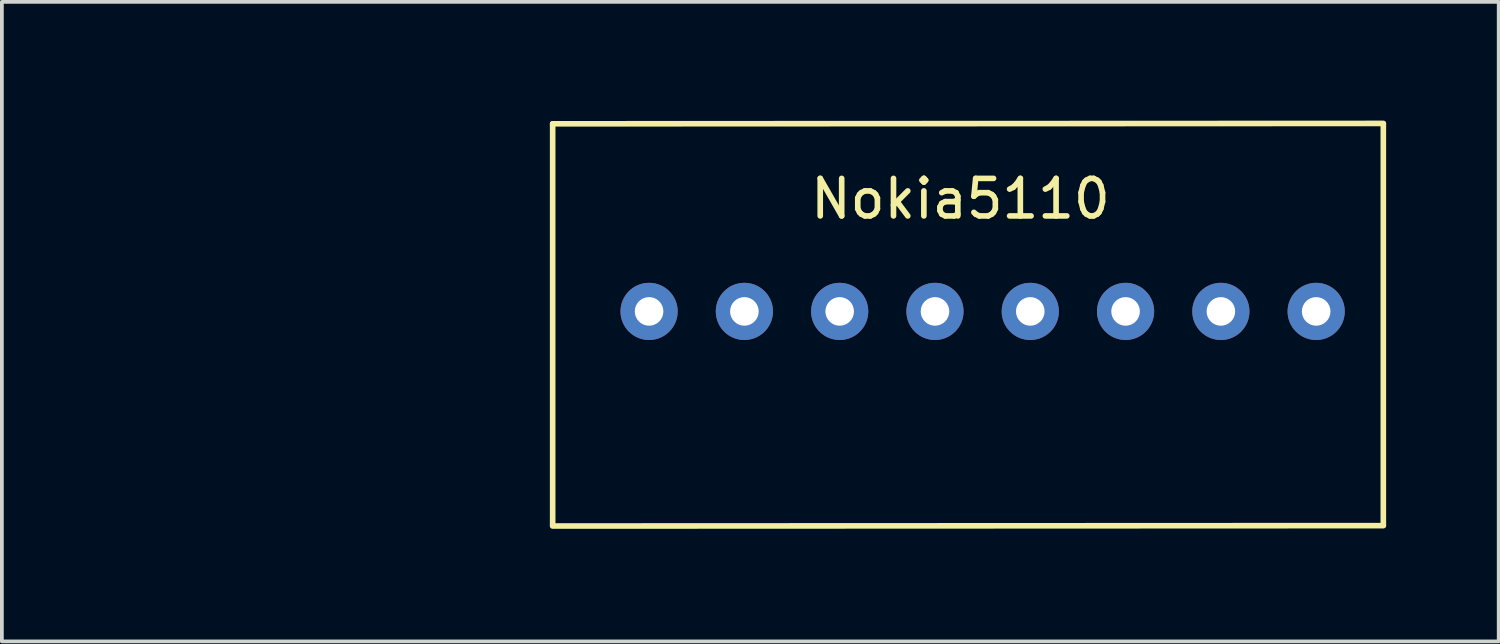
<source format=kicad_pcb>
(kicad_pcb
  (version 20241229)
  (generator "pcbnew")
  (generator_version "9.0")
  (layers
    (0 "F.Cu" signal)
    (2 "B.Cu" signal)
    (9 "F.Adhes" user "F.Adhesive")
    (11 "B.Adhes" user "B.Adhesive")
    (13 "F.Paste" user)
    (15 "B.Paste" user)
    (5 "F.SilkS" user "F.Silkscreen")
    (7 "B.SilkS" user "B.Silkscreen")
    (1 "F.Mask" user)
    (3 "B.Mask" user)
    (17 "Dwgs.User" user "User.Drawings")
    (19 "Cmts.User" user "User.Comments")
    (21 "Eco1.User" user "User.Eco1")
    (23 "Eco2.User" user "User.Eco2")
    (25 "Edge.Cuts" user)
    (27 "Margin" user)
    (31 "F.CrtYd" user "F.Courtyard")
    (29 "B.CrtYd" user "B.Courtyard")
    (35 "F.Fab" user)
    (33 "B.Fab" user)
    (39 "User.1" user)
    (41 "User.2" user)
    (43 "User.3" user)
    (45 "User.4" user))
  (footprint "Nokia5110"
    (layer "F.Cu")
    (at 0.25 0.25)
    (property "Reference" "Nokia5110" (at 22.3 2 0) (layer "F.SilkS") (effects (font (size 1 1) (thickness 0.15))))
    (attr through_hole)
    (fp_line (start 11.43 0) (end 11.43 10.7) (stroke (width 0.15) (type solid)) (layer "F.SilkS"))
    (fp_line (start 11.43 0) (end 33.57 -0.01) (stroke (width 0.15) (type solid)) (layer "F.SilkS"))
    (fp_line (start 11.43 10.72) (end 33.57 10.71) (stroke (width 0.15) (type solid)) (layer "F.SilkS"))
    (fp_line (start 33.57 0) (end 33.57 10.7) (stroke (width 0.15) (type solid)) (layer "F.SilkS"))
    (pad "1" thru_hole circle (at 31.78 5) (size 1.524 1.524) (drill 0.762) (layers "*.Cu" "*.Mask"))
    (pad "2" thru_hole circle (at 29.24 5) (size 1.524 1.524) (drill 0.762) (layers "*.Cu" "*.Mask"))
    (pad "3" thru_hole circle (at 26.7 5) (size 1.524 1.524) (drill 0.762) (layers "*.Cu" "*.Mask"))
    (pad "4" thru_hole circle (at 24.16 5) (size 1.524 1.524) (drill 0.762) (layers "*.Cu" "*.Mask"))
    (pad "5" thru_hole circle (at 21.62 5) (size 1.524 1.524) (drill 0.762) (layers "*.Cu" "*.Mask"))
    (pad "6" thru_hole circle (at 19.08 5) (size 1.524 1.524) (drill 0.762) (layers "*.Cu" "*.Mask"))
    (pad "7" thru_hole circle (at 16.54 5) (size 1.524 1.524) (drill 0.762) (layers "*.Cu" "*.Mask"))
    (pad "8" thru_hole circle (at 14 5) (size 1.524 1.524) (drill 0.762) (layers "*.Cu" "*.Mask")))
  (gr_rect
    (start -3 -3)
    (end 36.895 14.045)
    (stroke (width 0.1) (type default))
    (fill no)
    (layer "Edge.Cuts")))
</source>
